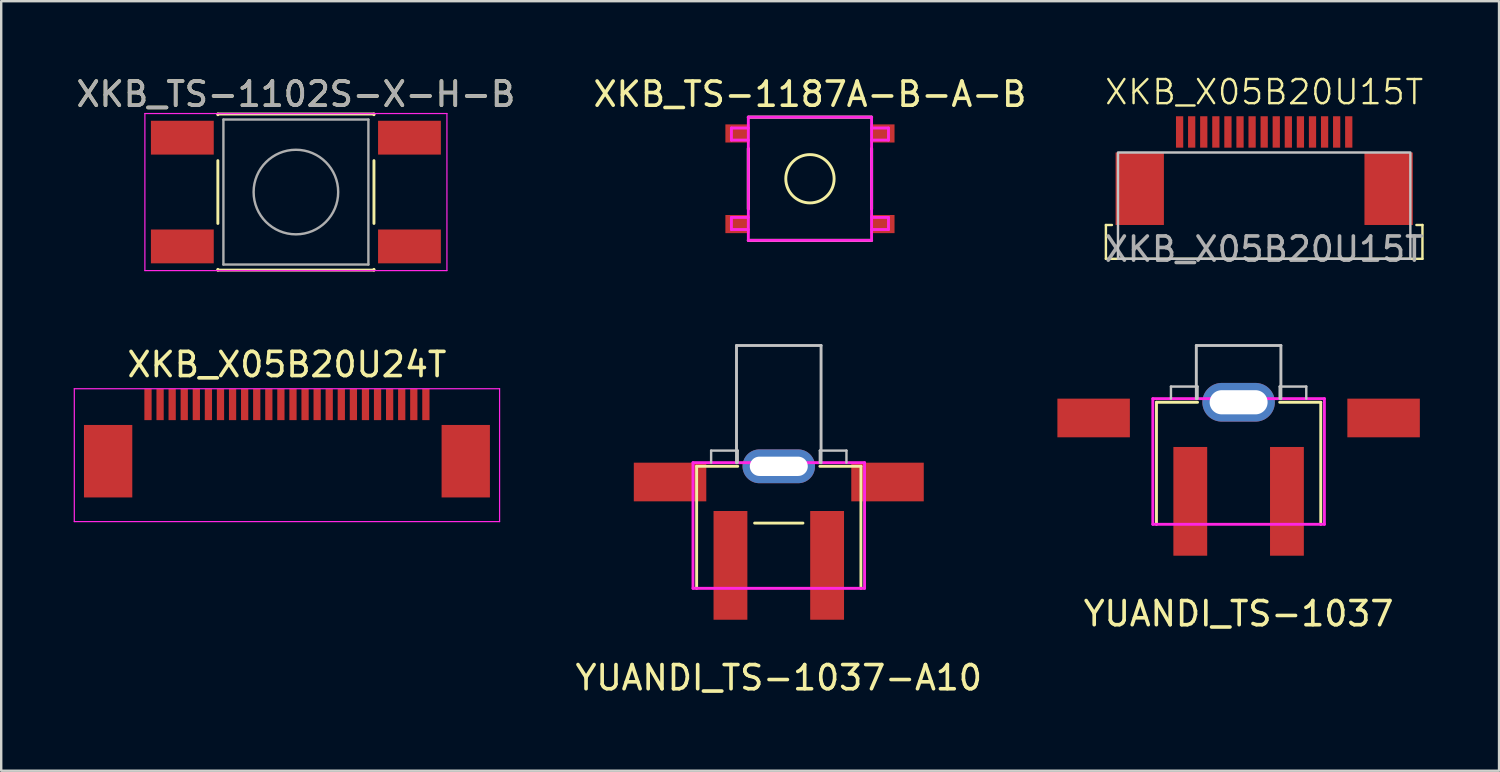
<source format=kicad_pcb>
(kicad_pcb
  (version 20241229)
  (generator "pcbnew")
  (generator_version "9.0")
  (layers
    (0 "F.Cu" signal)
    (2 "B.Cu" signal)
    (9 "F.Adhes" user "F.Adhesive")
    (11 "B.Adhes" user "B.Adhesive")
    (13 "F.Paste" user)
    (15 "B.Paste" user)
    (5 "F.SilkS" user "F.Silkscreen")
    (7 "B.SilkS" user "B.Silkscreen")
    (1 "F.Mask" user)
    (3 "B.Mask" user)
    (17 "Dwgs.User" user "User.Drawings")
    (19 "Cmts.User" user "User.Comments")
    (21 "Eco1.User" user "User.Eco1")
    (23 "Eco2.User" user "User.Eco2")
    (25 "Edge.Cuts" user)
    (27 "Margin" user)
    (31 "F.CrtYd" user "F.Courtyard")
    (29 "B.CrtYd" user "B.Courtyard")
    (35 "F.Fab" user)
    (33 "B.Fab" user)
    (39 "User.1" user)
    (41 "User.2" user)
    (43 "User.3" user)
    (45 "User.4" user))
  (footprint "YUANDI_TS-1037"
    (layer "F.Cu")
    (at 48.21 14.248)
    (property "Reference" "YUANDI_TS-1037" (at 0 8.1 0) (layer "F.SilkS") (effects (font (size 1 1) (thickness 0.15))))
    (attr through_hole)
    (fp_line (start -3.4 -0.65) (end -3.4 4.4) (stroke (width 0.12) (type solid)) (layer "F.SilkS"))
    (fp_line (start -1.7 -0.65) (end -3.4 -0.65) (stroke (width 0.12) (type solid)) (layer "F.SilkS"))
    (fp_line (start 1.7 -0.65) (end 3.4 -0.65) (stroke (width 0.12) (type solid)) (layer "F.SilkS"))
    (fp_line (start 3.4 -0.65) (end 3.4 4.4) (stroke (width 0.12) (type solid)) (layer "F.SilkS"))
    (fp_line (start -2.8 -1.3) (end -1.7 -1.3) (stroke (width 0.1) (type solid)) (layer "Dwgs.User"))
    (fp_line (start -2.8 -0.8) (end -2.8 -1.3) (stroke (width 0.1) (type solid)) (layer "Dwgs.User"))
    (fp_line (start -1.75 -3) (end 1.75 -3) (stroke (width 0.12) (type solid)) (layer "Dwgs.User"))
    (fp_line (start -1.75 -0.8) (end -1.75 -3) (stroke (width 0.12) (type solid)) (layer "Dwgs.User"))
    (fp_line (start -1.7 -1.3) (end -1.7 -0.8) (stroke (width 0.1) (type solid)) (layer "Dwgs.User"))
    (fp_line (start 1.7 -1.3) (end 2.8 -1.3) (stroke (width 0.1) (type solid)) (layer "Dwgs.User"))
    (fp_line (start 1.7 -0.8) (end 1.7 -1.3) (stroke (width 0.1) (type solid)) (layer "Dwgs.User"))
    (fp_line (start 1.75 -3) (end 1.75 -0.8) (stroke (width 0.12) (type solid)) (layer "Dwgs.User"))
    (fp_line (start 2.8 -1.3) (end 2.8 -0.8) (stroke (width 0.1) (type solid)) (layer "Dwgs.User"))
    (fp_line (start -3.55 -0.8) (end -3.55 4.4) (stroke (width 0.12) (type solid)) (layer "F.CrtYd"))
    (fp_line (start -3.55 4.4) (end 3.55 4.4) (stroke (width 0.12) (type solid)) (layer "F.CrtYd"))
    (fp_line (start 3.55 -0.8) (end -3.55 -0.8) (stroke (width 0.12) (type solid)) (layer "F.CrtYd"))
    (fp_line (start 3.55 4.4) (end 3.55 -0.8) (stroke (width 0.12) (type solid)) (layer "F.CrtYd"))
    (pad "" smd rect (at -6 0) (size 3 1.6) (layers "F.Cu" "F.Mask" "F.Paste"))
    (pad "" thru_hole oval (at 0 -0.65) (size 3 1.6) (drill oval 2.4 1) (layers "*.Cu" "*.Mask"))
    (pad "" smd rect (at 6 0) (size 3 1.6) (layers "F.Cu" "F.Mask" "F.Paste"))
    (pad "1" smd rect (at -2 3.45) (size 1.4 4.5) (layers "F.Cu" "F.Mask" "F.Paste"))
    (pad "2" smd rect (at 2 3.45) (size 1.4 4.5) (layers "F.Cu" "F.Mask" "F.Paste")))
  (footprint "XKB_TS-1187A-B-A-B"
    (layer "F.Cu")
    (at 30.47 4.348)
    (property "Reference" "XKB_TS-1187A-B-A-B" (at 0 -3.5 0) (layer "F.SilkS") (effects (font (size 1 1) (thickness 0.15))))
    (attr smd)
    (fp_line (start -2.55 -1.25) (end -2.55 1.25) (stroke (width 0.127) (type solid)) (layer "F.SilkS"))
    (fp_line (start 2.55 -2.55) (end -2.55 -2.55) (stroke (width 0.127) (type solid)) (layer "F.SilkS"))
    (fp_line (start 2.55 1.25) (end 2.55 -1.25) (stroke (width 0.127) (type solid)) (layer "F.SilkS"))
    (fp_line (start 2.55 2.55) (end -2.55 2.55) (stroke (width 0.127) (type solid)) (layer "F.SilkS"))
    (fp_circle (center 0 0) (end 1 0) (stroke (width 0.12) (type solid)) (fill no) (layer "F.SilkS"))
    (fp_line (start -3.25 -2.1) (end -3.25 -1.6) (stroke (width 0.12) (type solid)) (layer "F.CrtYd"))
    (fp_line (start -3.25 -2.1) (end -2.55 -2.1) (stroke (width 0.12) (type solid)) (layer "F.CrtYd"))
    (fp_line (start -3.25 -1.6) (end -2.55 -1.6) (stroke (width 0.12) (type solid)) (layer "F.CrtYd"))
    (fp_line (start -3.25 1.6) (end -2.55 1.6) (stroke (width 0.12) (type solid)) (layer "F.CrtYd"))
    (fp_line (start -3.25 2.1) (end -3.25 1.6) (stroke (width 0.12) (type solid)) (layer "F.CrtYd"))
    (fp_line (start -3.25 2.1) (end -2.55 2.1) (stroke (width 0.12) (type solid)) (layer "F.CrtYd"))
    (fp_line (start -2.55 -2.55) (end -2.55 2.55) (stroke (width 0.12) (type solid)) (layer "F.CrtYd"))
    (fp_line (start -2.55 2.55) (end 2.55 2.55) (stroke (width 0.12) (type solid)) (layer "F.CrtYd"))
    (fp_line (start 2.55 -2.55) (end -2.55 -2.55) (stroke (width 0.12) (type solid)) (layer "F.CrtYd"))
    (fp_line (start 2.55 -2.55) (end 2.55 2.55) (stroke (width 0.12) (type solid)) (layer "F.CrtYd"))
    (fp_line (start 3.25 -2.1) (end 2.55 -2.1) (stroke (width 0.12) (type solid)) (layer "F.CrtYd"))
    (fp_line (start 3.25 -2.1) (end 3.25 -1.6) (stroke (width 0.12) (type solid)) (layer "F.CrtYd"))
    (fp_line (start 3.25 -1.6) (end 2.55 -1.6) (stroke (width 0.12) (type solid)) (layer "F.CrtYd"))
    (fp_line (start 3.25 1.6) (end 2.55 1.6) (stroke (width 0.12) (type solid)) (layer "F.CrtYd"))
    (fp_line (start 3.25 2.1) (end 2.55 2.1) (stroke (width 0.12) (type solid)) (layer "F.CrtYd"))
    (fp_line (start 3.25 2.1) (end 3.25 1.6) (stroke (width 0.12) (type solid)) (layer "F.CrtYd"))
    (pad "1" smd rect (at -3 -1.875) (size 1 0.75) (layers "F.Cu" "F.Mask" "F.Paste"))
    (pad "1" smd rect (at 3 -1.875) (size 1 0.75) (layers "F.Cu" "F.Mask" "F.Paste"))
    (pad "2" smd rect (at -3 1.875) (size 1 0.75) (layers "F.Cu" "F.Mask" "F.Paste"))
    (pad "2" smd rect (at 3 1.875) (size 1 0.75) (layers "F.Cu" "F.Mask" "F.Paste")))
  (footprint "YUANDI_TS-1037-A10"
    (layer "F.Cu")
    (at 29.18 16.898)
    (property "Reference" "YUANDI_TS-1037-A10" (at 0 8.1 0) (layer "F.SilkS") (effects (font (size 1 1) (thickness 0.15))))
    (attr through_hole)
    (fp_line (start -3.4 -0.65) (end -3.4 4.4) (stroke (width 0.12) (type solid)) (layer "F.SilkS"))
    (fp_line (start -1.7 -0.65) (end -3.4 -0.65) (stroke (width 0.12) (type solid)) (layer "F.SilkS"))
    (fp_line (start -1 1.7) (end 1 1.7) (stroke (width 0.12) (type solid)) (layer "F.SilkS"))
    (fp_line (start 1.7 -0.65) (end 3.4 -0.65) (stroke (width 0.12) (type solid)) (layer "F.SilkS"))
    (fp_line (start 3.4 -0.65) (end 3.4 4.4) (stroke (width 0.12) (type solid)) (layer "F.SilkS"))
    (fp_line (start -2.8 -1.3) (end -1.7 -1.3) (stroke (width 0.1) (type solid)) (layer "Dwgs.User"))
    (fp_line (start -2.8 -0.8) (end -2.8 -1.3) (stroke (width 0.1) (type solid)) (layer "Dwgs.User"))
    (fp_line (start -1.75 -5.65) (end 1.75 -5.65) (stroke (width 0.12) (type solid)) (layer "Dwgs.User"))
    (fp_line (start -1.75 -0.8) (end -1.75 -5.65) (stroke (width 0.12) (type solid)) (layer "Dwgs.User"))
    (fp_line (start -1.7 -1.3) (end -1.7 -0.8) (stroke (width 0.1) (type solid)) (layer "Dwgs.User"))
    (fp_line (start 1.7 -1.3) (end 2.8 -1.3) (stroke (width 0.1) (type solid)) (layer "Dwgs.User"))
    (fp_line (start 1.7 -0.8) (end 1.7 -1.3) (stroke (width 0.1) (type solid)) (layer "Dwgs.User"))
    (fp_line (start 1.75 -5.65) (end 1.75 -0.8) (stroke (width 0.12) (type solid)) (layer "Dwgs.User"))
    (fp_line (start 2.8 -1.3) (end 2.8 -0.8) (stroke (width 0.1) (type solid)) (layer "Dwgs.User"))
    (fp_line (start -3.55 -0.8) (end -3.55 4.4) (stroke (width 0.12) (type solid)) (layer "F.CrtYd"))
    (fp_line (start -3.55 4.4) (end 3.55 4.4) (stroke (width 0.12) (type solid)) (layer "F.CrtYd"))
    (fp_line (start 3.55 -0.8) (end -3.55 -0.8) (stroke (width 0.12) (type solid)) (layer "F.CrtYd"))
    (fp_line (start 3.55 4.4) (end 3.55 -0.8) (stroke (width 0.12) (type solid)) (layer "F.CrtYd"))
    (pad "" smd rect (at -4.5 0) (size 3 1.6) (layers "F.Cu" "F.Mask" "F.Paste"))
    (pad "" thru_hole oval (at 0 -0.65) (size 3 1.4) (drill oval 2.4 0.8) (layers "*.Cu" "*.Mask"))
    (pad "" smd rect (at 4.5 0) (size 3 1.6) (layers "F.Cu" "F.Mask" "F.Paste"))
    (pad "1" smd rect (at -2 3.45) (size 1.4 4.5) (layers "F.Cu" "F.Mask" "F.Paste"))
    (pad "2" smd rect (at 2 3.45) (size 1.4 4.5) (layers "F.Cu" "F.Mask" "F.Paste")))
  (footprint "XKB_TS-1102S-X-H-B"
    (layer "F.Cu")
    (at 9.196 4.898)
    (property "Reference" "XKB_TS-1102S-X-H-B" (at 0 -4.05 0) (layer "F.SilkS") (effects (font (size 1 1) (thickness 0.15))))
    (attr smd)
    (fp_line (start -3.23 -3.23) (end 3.23 -3.23) (stroke (width 0.12) (type solid)) (layer "F.SilkS"))
    (fp_line (start -3.23 -3.2) (end -3.23 -3.23) (stroke (width 0.12) (type solid)) (layer "F.SilkS"))
    (fp_line (start -3.23 -1.3) (end -3.23 1.3) (stroke (width 0.12) (type solid)) (layer "F.SilkS"))
    (fp_line (start -3.23 3.23) (end -3.23 3.2) (stroke (width 0.12) (type solid)) (layer "F.SilkS"))
    (fp_line (start -3.23 3.23) (end 3.23 3.23) (stroke (width 0.12) (type solid)) (layer "F.SilkS"))
    (fp_line (start 3.23 -3.23) (end 3.23 -3.2) (stroke (width 0.12) (type solid)) (layer "F.SilkS"))
    (fp_line (start 3.23 -1.3) (end 3.23 1.3) (stroke (width 0.12) (type solid)) (layer "F.SilkS"))
    (fp_line (start 3.23 3.23) (end 3.23 3.2) (stroke (width 0.12) (type solid)) (layer "F.SilkS"))
    (fp_line (start -6.25 -3.25) (end -6.25 3.25) (stroke (width 0.05) (type solid)) (layer "F.CrtYd"))
    (fp_line (start -6.25 -3.25) (end 6.25 -3.25) (stroke (width 0.05) (type solid)) (layer "F.CrtYd"))
    (fp_line (start -6.25 3.25) (end 6.25 3.25) (stroke (width 0.05) (type solid)) (layer "F.CrtYd"))
    (fp_line (start 6.25 3.25) (end 6.25 -3.25) (stroke (width 0.05) (type solid)) (layer "F.CrtYd"))
    (fp_line (start -3 -3) (end -3 3) (stroke (width 0.1) (type solid)) (layer "F.Fab"))
    (fp_line (start -3 3) (end 3 3) (stroke (width 0.1) (type solid)) (layer "F.Fab"))
    (fp_line (start 3 -3) (end -3 -3) (stroke (width 0.1) (type solid)) (layer "F.Fab"))
    (fp_line (start 3 3) (end 3 -3) (stroke (width 0.1) (type solid)) (layer "F.Fab"))
    (fp_circle (center 0 0) (end 1.75 0) (stroke (width 0.1) (type solid)) (fill no) (layer "F.Fab"))
    (fp_text user "${REFERENCE}" (at 0 -4.05 0) (layer "F.Fab") (effects (font (size 1 1) (thickness 0.15))))
    (pad "1" smd rect (at -4.7 -2.25) (size 2.6 1.4) (layers "F.Cu" "F.Mask" "F.Paste"))
    (pad "1" smd rect (at 4.7 -2.25) (size 2.6 1.4) (layers "F.Cu" "F.Mask" "F.Paste"))
    (pad "2" smd rect (at -4.7 2.25) (size 2.6 1.4) (layers "F.Cu" "F.Mask" "F.Paste"))
    (pad "2" smd rect (at 4.7 2.25) (size 2.6 1.4) (layers "F.Cu" "F.Mask" "F.Paste")))
  (footprint "XKB_X05B20U24T"
    (layer "F.Cu")
    (at 8.825 13.037)
    (property "Reference" "XKB_X05B20U24T" (at 0 -1 0) (layer "F.SilkS") (effects (font (size 1 1) (thickness 0.15))))
    (attr through_hole)
    (fp_line (start -8.8 0) (end -8.8 5.5) (stroke (width 0.05) (type solid)) (layer "F.CrtYd"))
    (fp_line (start -8.8 0) (end 8.8 0) (stroke (width 0.05) (type solid)) (layer "F.CrtYd"))
    (fp_line (start -8.8 5.5) (end 8.8 5.5) (stroke (width 0.05) (type solid)) (layer "F.CrtYd"))
    (fp_line (start 8.8 0) (end 8.8 5.5) (stroke (width 0.05) (type solid)) (layer "F.CrtYd"))
    (pad "" smd rect (at -8.4 1.5) (size 2 3) (drill (offset 1 1.5)) (layers "F.Cu" "F.Mask" "F.Paste"))
    (pad "" smd rect (at 8.4 1.5) (size 2 3) (drill (offset -1 1.5)) (layers "F.Cu" "F.Mask" "F.Paste"))
    (pad "1" smd rect (at -5.75 0) (size 0.3 1.3) (drill (offset 0 0.65)) (layers "F.Cu" "F.Mask" "F.Paste"))
    (pad "2" smd rect (at -5.25 0) (size 0.3 1.3) (drill (offset 0 0.65)) (layers "F.Cu" "F.Mask" "F.Paste"))
    (pad "3" smd rect (at -4.75 0) (size 0.3 1.3) (drill (offset 0 0.65)) (layers "F.Cu" "F.Mask" "F.Paste"))
    (pad "4" smd rect (at -4.25 0) (size 0.3 1.3) (drill (offset 0 0.65)) (layers "F.Cu" "F.Mask" "F.Paste"))
    (pad "5" smd rect (at -3.75 0) (size 0.3 1.3) (drill (offset 0 0.65)) (layers "F.Cu" "F.Mask" "F.Paste"))
    (pad "6" smd rect (at -3.25 0) (size 0.3 1.3) (drill (offset 0 0.65)) (layers "F.Cu" "F.Mask" "F.Paste"))
    (pad "7" smd rect (at -2.75 0) (size 0.3 1.3) (drill (offset 0 0.65)) (layers "F.Cu" "F.Mask" "F.Paste"))
    (pad "8" smd rect (at -2.25 0) (size 0.3 1.3) (drill (offset 0 0.65)) (layers "F.Cu" "F.Mask" "F.Paste"))
    (pad "9" smd rect (at -1.75 0) (size 0.3 1.3) (drill (offset 0 0.65)) (layers "F.Cu" "F.Mask" "F.Paste"))
    (pad "10" smd rect (at -1.25 0) (size 0.3 1.3) (drill (offset 0 0.65)) (layers "F.Cu" "F.Mask" "F.Paste"))
    (pad "11" smd rect (at -0.75 0) (size 0.3 1.3) (drill (offset 0 0.65)) (layers "F.Cu" "F.Mask" "F.Paste"))
    (pad "12" smd rect (at -0.25 0) (size 0.3 1.3) (drill (offset 0 0.65)) (layers "F.Cu" "F.Mask" "F.Paste"))
    (pad "13" smd rect (at 0.25 0) (size 0.3 1.3) (drill (offset 0 0.65)) (layers "F.Cu" "F.Mask" "F.Paste"))
    (pad "14" smd rect (at 0.75 0) (size 0.3 1.3) (drill (offset 0 0.65)) (layers "F.Cu" "F.Mask" "F.Paste"))
    (pad "15" smd rect (at 1.25 0) (size 0.3 1.3) (drill (offset 0 0.65)) (layers "F.Cu" "F.Mask" "F.Paste"))
    (pad "16" smd rect (at 1.75 0) (size 0.3 1.3) (drill (offset 0 0.65)) (layers "F.Cu" "F.Mask" "F.Paste"))
    (pad "17" smd rect (at 2.25 0) (size 0.3 1.3) (drill (offset 0 0.65)) (layers "F.Cu" "F.Mask" "F.Paste"))
    (pad "18" smd rect (at 2.75 0) (size 0.3 1.3) (drill (offset 0 0.65)) (layers "F.Cu" "F.Mask" "F.Paste"))
    (pad "19" smd rect (at 3.25 0) (size 0.3 1.3) (drill (offset 0 0.65)) (layers "F.Cu" "F.Mask" "F.Paste"))
    (pad "20" smd rect (at 3.75 0) (size 0.3 1.3) (drill (offset 0 0.65)) (layers "F.Cu" "F.Mask" "F.Paste"))
    (pad "21" smd rect (at 4.25 0) (size 0.3 1.3) (drill (offset 0 0.65)) (layers "F.Cu" "F.Mask" "F.Paste"))
    (pad "22" smd rect (at 4.75 0) (size 0.3 1.3) (drill (offset 0 0.65)) (layers "F.Cu" "F.Mask" "F.Paste"))
    (pad "23" smd rect (at 5.25 0) (size 0.3 1.3) (drill (offset 0 0.65)) (layers "F.Cu" "F.Mask" "F.Paste"))
    (pad "24" smd rect (at 5.75 0) (size 0.3 1.3) (drill (offset 0 0.65)) (layers "F.Cu" "F.Mask" "F.Paste")))
  (footprint "XKB_X05B20U15T"
    (layer "F.Cu")
    (at 49.268 4.761)
    (property "Reference" "XKB_X05B20U15T" (at 0 -4 0) (unlocked yes) (layer "F.SilkS") (effects (font (size 1 1) (thickness 0.1))))
    (attr smd)
    (fp_line (start -6.55 1.5) (end -6.3 1.5) (stroke (width 0.1) (type default)) (layer "F.SilkS"))
    (fp_line (start -6.55 2.9) (end -6.55 1.5) (stroke (width 0.1) (type default)) (layer "F.SilkS"))
    (fp_line (start -6.55 2.9) (end 6.55 2.9) (stroke (width 0.1) (type default)) (layer "F.SilkS"))
    (fp_line (start 6.55 1.5) (end 6.3 1.5) (stroke (width 0.1) (type default)) (layer "F.SilkS"))
    (fp_line (start 6.55 2.9) (end 6.55 1.5) (stroke (width 0.1) (type default)) (layer "F.SilkS"))
    (fp_rect (start -6.05 -1.5) (end 6.05 2.9) (stroke (width 0.1) (type default)) (fill no) (layer "Dwgs.User"))
    (fp_text user "${REFERENCE}" (at 0 2.5 0) (unlocked yes) (layer "F.Fab") (effects (font (size 1 1) (thickness 0.15))))
    (pad "1" smd rect (at -3.5 -2.35) (size 0.3 1.3) (layers "F.Cu" "F.Mask" "F.Paste"))
    (pad "2" smd rect (at -3 -2.35) (size 0.3 1.3) (layers "F.Cu" "F.Mask" "F.Paste"))
    (pad "3" smd rect (at -2.5 -2.35) (size 0.3 1.3) (layers "F.Cu" "F.Mask" "F.Paste"))
    (pad "4" smd rect (at -2 -2.35) (size 0.3 1.3) (layers "F.Cu" "F.Mask" "F.Paste"))
    (pad "5" smd rect (at -1.5 -2.35) (size 0.3 1.3) (layers "F.Cu" "F.Mask" "F.Paste"))
    (pad "6" smd rect (at -1 -2.35) (size 0.3 1.3) (layers "F.Cu" "F.Mask" "F.Paste"))
    (pad "7" smd rect (at -0.5 -2.35) (size 0.3 1.3) (layers "F.Cu" "F.Mask" "F.Paste"))
    (pad "8" smd rect (at 0 -2.35) (size 0.3 1.3) (layers "F.Cu" "F.Mask" "F.Paste"))
    (pad "9" smd rect (at 0.5 -2.35) (size 0.3 1.3) (layers "F.Cu" "F.Mask" "F.Paste"))
    (pad "10" smd rect (at 1 -2.35) (size 0.3 1.3) (layers "F.Cu" "F.Mask" "F.Paste"))
    (pad "11" smd rect (at 1.5 -2.35) (size 0.3 1.3) (layers "F.Cu" "F.Mask" "F.Paste"))
    (pad "12" smd rect (at 2 -2.35) (size 0.3 1.3) (layers "F.Cu" "F.Mask" "F.Paste"))
    (pad "13" smd rect (at 2.5 -2.35) (size 0.3 1.3) (layers "F.Cu" "F.Mask" "F.Paste"))
    (pad "14" smd rect (at 3 -2.35) (size 0.3 1.3) (layers "F.Cu" "F.Mask" "F.Paste"))
    (pad "15" smd rect (at 3.5 -2.35) (size 0.3 1.3) (layers "F.Cu" "F.Mask" "F.Paste"))
    (pad "MP" smd rect (at -5.15 0) (size 2 3) (layers "F.Cu" "F.Mask" "F.Paste"))
    (pad "MP" smd rect (at 5.15 0) (size 2 3) (layers "F.Cu" "F.Mask" "F.Paste")))
  (gr_rect
    (start -3 -3)
    (end 58.988 28.846)
    (stroke (width 0.1) (type default))
    (fill no)
    (layer "Edge.Cuts")))
</source>
